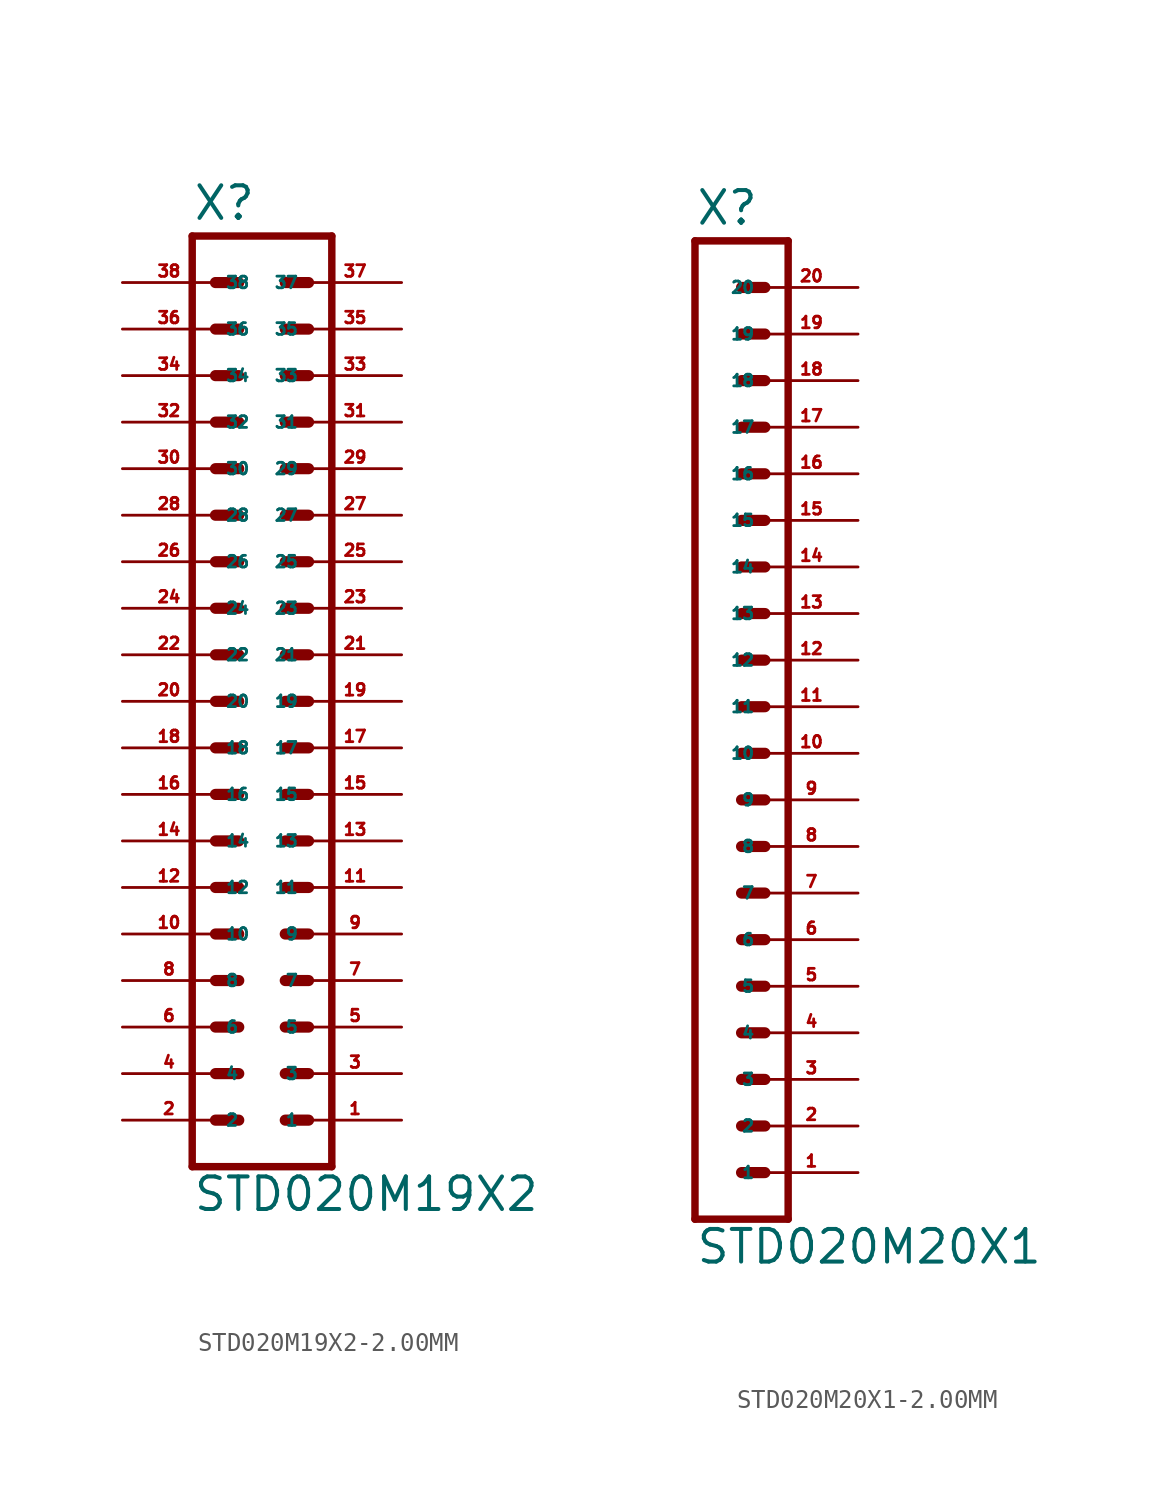
<source format=kicad_sym>
(kicad_symbol_lib
  (version 20220914)
  (generator Eagle2Kicad)
  (symbol "STD020M19X2-2.00MM"
    (property "Reference" "X"
      (at -3.81 28.702 0)
      (effects (font (size 1.778 1.778) (thickness 0.22)) (justify left bottom)))
    (property "Value" "STD020M19X2"
      (at -3.81 -25.4 0)
      (effects (font (size 1.778 1.778) (thickness 0.22)) (justify left bottom)))
    (polyline
      (pts (xy 3.81 -22.86) (xy -3.81 -22.86))
      (stroke (width 0.406) (type default))
      (fill (type none)))
    (polyline
      (pts (xy 1.27 -15.24) (xy 2.54 -15.24))
      (stroke (width 0.61) (type default))
      (fill (type none)))
    (polyline
      (pts (xy 1.27 -17.78) (xy 2.54 -17.78))
      (stroke (width 0.61) (type default))
      (fill (type none)))
    (polyline
      (pts (xy 1.27 -20.32) (xy 2.54 -20.32))
      (stroke (width 0.61) (type default))
      (fill (type none)))
    (polyline
      (pts (xy -2.54 -15.24) (xy -1.27 -15.24))
      (stroke (width 0.61) (type default))
      (fill (type none)))
    (polyline
      (pts (xy -2.54 -17.78) (xy -1.27 -17.78))
      (stroke (width 0.61) (type default))
      (fill (type none)))
    (polyline
      (pts (xy -2.54 -20.32) (xy -1.27 -20.32))
      (stroke (width 0.61) (type default))
      (fill (type none)))
    (polyline
      (pts (xy 1.27 -10.16) (xy 2.54 -10.16))
      (stroke (width 0.61) (type default))
      (fill (type none)))
    (polyline
      (pts (xy 1.27 -12.7) (xy 2.54 -12.7))
      (stroke (width 0.61) (type default))
      (fill (type none)))
    (polyline
      (pts (xy -2.54 -10.16) (xy -1.27 -10.16))
      (stroke (width 0.61) (type default))
      (fill (type none)))
    (polyline
      (pts (xy -2.54 -12.7) (xy -1.27 -12.7))
      (stroke (width 0.61) (type default))
      (fill (type none)))
    (polyline
      (pts (xy 1.27 -2.54) (xy 2.54 -2.54))
      (stroke (width 0.61) (type default))
      (fill (type none)))
    (polyline
      (pts (xy 1.27 -5.08) (xy 2.54 -5.08))
      (stroke (width 0.61) (type default))
      (fill (type none)))
    (polyline
      (pts (xy 1.27 -7.62) (xy 2.54 -7.62))
      (stroke (width 0.61) (type default))
      (fill (type none)))
    (polyline
      (pts (xy -2.54 -2.54) (xy -1.27 -2.54))
      (stroke (width 0.61) (type default))
      (fill (type none)))
    (polyline
      (pts (xy -2.54 -5.08) (xy -1.27 -5.08))
      (stroke (width 0.61) (type default))
      (fill (type none)))
    (polyline
      (pts (xy -2.54 -7.62) (xy -1.27 -7.62))
      (stroke (width 0.61) (type default))
      (fill (type none)))
    (polyline
      (pts (xy 1.27 2.54) (xy 2.54 2.54))
      (stroke (width 0.61) (type default))
      (fill (type none)))
    (polyline
      (pts (xy 1.27 0) (xy 2.54 0))
      (stroke (width 0.61) (type default))
      (fill (type none)))
    (polyline
      (pts (xy -2.54 2.54) (xy -1.27 2.54))
      (stroke (width 0.61) (type default))
      (fill (type none)))
    (polyline
      (pts (xy -2.54 0) (xy -1.27 0))
      (stroke (width 0.61) (type default))
      (fill (type none)))
    (polyline
      (pts (xy 1.27 10.16) (xy 2.54 10.16))
      (stroke (width 0.61) (type default))
      (fill (type none)))
    (polyline
      (pts (xy 1.27 7.62) (xy 2.54 7.62))
      (stroke (width 0.61) (type default))
      (fill (type none)))
    (polyline
      (pts (xy 1.27 5.08) (xy 2.54 5.08))
      (stroke (width 0.61) (type default))
      (fill (type none)))
    (polyline
      (pts (xy -2.54 10.16) (xy -1.27 10.16))
      (stroke (width 0.61) (type default))
      (fill (type none)))
    (polyline
      (pts (xy -2.54 7.62) (xy -1.27 7.62))
      (stroke (width 0.61) (type default))
      (fill (type none)))
    (polyline
      (pts (xy -2.54 5.08) (xy -1.27 5.08))
      (stroke (width 0.61) (type default))
      (fill (type none)))
    (polyline
      (pts (xy 1.27 15.24) (xy 2.54 15.24))
      (stroke (width 0.61) (type default))
      (fill (type none)))
    (polyline
      (pts (xy 1.27 12.7) (xy 2.54 12.7))
      (stroke (width 0.61) (type default))
      (fill (type none)))
    (polyline
      (pts (xy -2.54 15.24) (xy -1.27 15.24))
      (stroke (width 0.61) (type default))
      (fill (type none)))
    (polyline
      (pts (xy -2.54 12.7) (xy -1.27 12.7))
      (stroke (width 0.61) (type default))
      (fill (type none)))
    (polyline
      (pts (xy 1.27 20.32) (xy 2.54 20.32))
      (stroke (width 0.61) (type default))
      (fill (type none)))
    (polyline
      (pts (xy 1.27 17.78) (xy 2.54 17.78))
      (stroke (width 0.61) (type default))
      (fill (type none)))
    (polyline
      (pts (xy -2.54 20.32) (xy -1.27 20.32))
      (stroke (width 0.61) (type default))
      (fill (type none)))
    (polyline
      (pts (xy -2.54 17.78) (xy -1.27 17.78))
      (stroke (width 0.61) (type default))
      (fill (type none)))
    (polyline
      (pts (xy -3.81 27.94) (xy -3.81 -22.86))
      (stroke (width 0.406) (type default))
      (fill (type none)))
    (polyline
      (pts (xy 3.81 -22.86) (xy 3.81 27.94))
      (stroke (width 0.406) (type default))
      (fill (type none)))
    (polyline
      (pts (xy -3.81 27.94) (xy 3.81 27.94))
      (stroke (width 0.406) (type default))
      (fill (type none)))
    (polyline
      (pts (xy 1.27 22.86) (xy 2.54 22.86))
      (stroke (width 0.61) (type default))
      (fill (type none)))
    (polyline
      (pts (xy -2.54 22.86) (xy -1.27 22.86))
      (stroke (width 0.61) (type default))
      (fill (type none)))
    (polyline
      (pts (xy 1.27 25.4) (xy 2.54 25.4))
      (stroke (width 0.61) (type default))
      (fill (type none)))
    (polyline
      (pts (xy -2.54 25.4) (xy -1.27 25.4))
      (stroke (width 0.61) (type default))
      (fill (type none)))
    (pin passive line
      (at 7.62 -20.32 180)
      (length 5.08)
      (name "1" (effects (font (size 0.635 0.635) (thickness 0.08)) (justify left bottom)))
      (number "1" (effects (font (size 0.635 0.635) (thickness 0.08)) (justify left bottom))))
    (pin passive line
      (at 7.62 -17.78 180)
      (length 5.08)
      (name "3" (effects (font (size 0.635 0.635) (thickness 0.08)) (justify left bottom)))
      (number "3" (effects (font (size 0.635 0.635) (thickness 0.08)) (justify left bottom))))
    (pin passive line
      (at 7.62 -15.24 180)
      (length 5.08)
      (name "5" (effects (font (size 0.635 0.635) (thickness 0.08)) (justify left bottom)))
      (number "5" (effects (font (size 0.635 0.635) (thickness 0.08)) (justify left bottom))))
    (pin passive line
      (at -7.62 -20.32 0)
      (length 5.08)
      (name "2" (effects (font (size 0.635 0.635) (thickness 0.08)) (justify left bottom)))
      (number "2" (effects (font (size 0.635 0.635) (thickness 0.08)) (justify left bottom))))
    (pin passive line
      (at -7.62 -17.78 0)
      (length 5.08)
      (name "4" (effects (font (size 0.635 0.635) (thickness 0.08)) (justify left bottom)))
      (number "4" (effects (font (size 0.635 0.635) (thickness 0.08)) (justify left bottom))))
    (pin passive line
      (at -7.62 -15.24 0)
      (length 5.08)
      (name "6" (effects (font (size 0.635 0.635) (thickness 0.08)) (justify left bottom)))
      (number "6" (effects (font (size 0.635 0.635) (thickness 0.08)) (justify left bottom))))
    (pin passive line
      (at 7.62 -12.7 180)
      (length 5.08)
      (name "7" (effects (font (size 0.635 0.635) (thickness 0.08)) (justify left bottom)))
      (number "7" (effects (font (size 0.635 0.635) (thickness 0.08)) (justify left bottom))))
    (pin passive line
      (at 7.62 -10.16 180)
      (length 5.08)
      (name "9" (effects (font (size 0.635 0.635) (thickness 0.08)) (justify left bottom)))
      (number "9" (effects (font (size 0.635 0.635) (thickness 0.08)) (justify left bottom))))
    (pin passive line
      (at -7.62 -12.7 0)
      (length 5.08)
      (name "8" (effects (font (size 0.635 0.635) (thickness 0.08)) (justify left bottom)))
      (number "8" (effects (font (size 0.635 0.635) (thickness 0.08)) (justify left bottom))))
    (pin passive line
      (at -7.62 -10.16 0)
      (length 5.08)
      (name "10" (effects (font (size 0.635 0.635) (thickness 0.08)) (justify left bottom)))
      (number "10" (effects (font (size 0.635 0.635) (thickness 0.08)) (justify left bottom))))
    (pin passive line
      (at 7.62 -7.62 180)
      (length 5.08)
      (name "11" (effects (font (size 0.635 0.635) (thickness 0.08)) (justify left bottom)))
      (number "11" (effects (font (size 0.635 0.635) (thickness 0.08)) (justify left bottom))))
    (pin passive line
      (at 7.62 -5.08 180)
      (length 5.08)
      (name "13" (effects (font (size 0.635 0.635) (thickness 0.08)) (justify left bottom)))
      (number "13" (effects (font (size 0.635 0.635) (thickness 0.08)) (justify left bottom))))
    (pin passive line
      (at 7.62 -2.54 180)
      (length 5.08)
      (name "15" (effects (font (size 0.635 0.635) (thickness 0.08)) (justify left bottom)))
      (number "15" (effects (font (size 0.635 0.635) (thickness 0.08)) (justify left bottom))))
    (pin passive line
      (at -7.62 -7.62 0)
      (length 5.08)
      (name "12" (effects (font (size 0.635 0.635) (thickness 0.08)) (justify left bottom)))
      (number "12" (effects (font (size 0.635 0.635) (thickness 0.08)) (justify left bottom))))
    (pin passive line
      (at -7.62 -5.08 0)
      (length 5.08)
      (name "14" (effects (font (size 0.635 0.635) (thickness 0.08)) (justify left bottom)))
      (number "14" (effects (font (size 0.635 0.635) (thickness 0.08)) (justify left bottom))))
    (pin passive line
      (at -7.62 -2.54 0)
      (length 5.08)
      (name "16" (effects (font (size 0.635 0.635) (thickness 0.08)) (justify left bottom)))
      (number "16" (effects (font (size 0.635 0.635) (thickness 0.08)) (justify left bottom))))
    (pin passive line
      (at 7.62 0 180)
      (length 5.08)
      (name "17" (effects (font (size 0.635 0.635) (thickness 0.08)) (justify left bottom)))
      (number "17" (effects (font (size 0.635 0.635) (thickness 0.08)) (justify left bottom))))
    (pin passive line
      (at 7.62 2.54 180)
      (length 5.08)
      (name "19" (effects (font (size 0.635 0.635) (thickness 0.08)) (justify left bottom)))
      (number "19" (effects (font (size 0.635 0.635) (thickness 0.08)) (justify left bottom))))
    (pin passive line
      (at -7.62 0 0)
      (length 5.08)
      (name "18" (effects (font (size 0.635 0.635) (thickness 0.08)) (justify left bottom)))
      (number "18" (effects (font (size 0.635 0.635) (thickness 0.08)) (justify left bottom))))
    (pin passive line
      (at -7.62 2.54 0)
      (length 5.08)
      (name "20" (effects (font (size 0.635 0.635) (thickness 0.08)) (justify left bottom)))
      (number "20" (effects (font (size 0.635 0.635) (thickness 0.08)) (justify left bottom))))
    (pin passive line
      (at 7.62 5.08 180)
      (length 5.08)
      (name "21" (effects (font (size 0.635 0.635) (thickness 0.08)) (justify left bottom)))
      (number "21" (effects (font (size 0.635 0.635) (thickness 0.08)) (justify left bottom))))
    (pin passive line
      (at 7.62 7.62 180)
      (length 5.08)
      (name "23" (effects (font (size 0.635 0.635) (thickness 0.08)) (justify left bottom)))
      (number "23" (effects (font (size 0.635 0.635) (thickness 0.08)) (justify left bottom))))
    (pin passive line
      (at 7.62 10.16 180)
      (length 5.08)
      (name "25" (effects (font (size 0.635 0.635) (thickness 0.08)) (justify left bottom)))
      (number "25" (effects (font (size 0.635 0.635) (thickness 0.08)) (justify left bottom))))
    (pin passive line
      (at -7.62 5.08 0)
      (length 5.08)
      (name "22" (effects (font (size 0.635 0.635) (thickness 0.08)) (justify left bottom)))
      (number "22" (effects (font (size 0.635 0.635) (thickness 0.08)) (justify left bottom))))
    (pin passive line
      (at -7.62 7.62 0)
      (length 5.08)
      (name "24" (effects (font (size 0.635 0.635) (thickness 0.08)) (justify left bottom)))
      (number "24" (effects (font (size 0.635 0.635) (thickness 0.08)) (justify left bottom))))
    (pin passive line
      (at -7.62 10.16 0)
      (length 5.08)
      (name "26" (effects (font (size 0.635 0.635) (thickness 0.08)) (justify left bottom)))
      (number "26" (effects (font (size 0.635 0.635) (thickness 0.08)) (justify left bottom))))
    (pin passive line
      (at 7.62 12.7 180)
      (length 5.08)
      (name "27" (effects (font (size 0.635 0.635) (thickness 0.08)) (justify left bottom)))
      (number "27" (effects (font (size 0.635 0.635) (thickness 0.08)) (justify left bottom))))
    (pin passive line
      (at 7.62 15.24 180)
      (length 5.08)
      (name "29" (effects (font (size 0.635 0.635) (thickness 0.08)) (justify left bottom)))
      (number "29" (effects (font (size 0.635 0.635) (thickness 0.08)) (justify left bottom))))
    (pin passive line
      (at -7.62 12.7 0)
      (length 5.08)
      (name "28" (effects (font (size 0.635 0.635) (thickness 0.08)) (justify left bottom)))
      (number "28" (effects (font (size 0.635 0.635) (thickness 0.08)) (justify left bottom))))
    (pin passive line
      (at -7.62 15.24 0)
      (length 5.08)
      (name "30" (effects (font (size 0.635 0.635) (thickness 0.08)) (justify left bottom)))
      (number "30" (effects (font (size 0.635 0.635) (thickness 0.08)) (justify left bottom))))
    (pin passive line
      (at 7.62 17.78 180)
      (length 5.08)
      (name "31" (effects (font (size 0.635 0.635) (thickness 0.08)) (justify left bottom)))
      (number "31" (effects (font (size 0.635 0.635) (thickness 0.08)) (justify left bottom))))
    (pin passive line
      (at 7.62 20.32 180)
      (length 5.08)
      (name "33" (effects (font (size 0.635 0.635) (thickness 0.08)) (justify left bottom)))
      (number "33" (effects (font (size 0.635 0.635) (thickness 0.08)) (justify left bottom))))
    (pin passive line
      (at -7.62 17.78 0)
      (length 5.08)
      (name "32" (effects (font (size 0.635 0.635) (thickness 0.08)) (justify left bottom)))
      (number "32" (effects (font (size 0.635 0.635) (thickness 0.08)) (justify left bottom))))
    (pin passive line
      (at -7.62 20.32 0)
      (length 5.08)
      (name "34" (effects (font (size 0.635 0.635) (thickness 0.08)) (justify left bottom)))
      (number "34" (effects (font (size 0.635 0.635) (thickness 0.08)) (justify left bottom))))
    (pin passive line
      (at 7.62 22.86 180)
      (length 5.08)
      (name "35" (effects (font (size 0.635 0.635) (thickness 0.08)) (justify left bottom)))
      (number "35" (effects (font (size 0.635 0.635) (thickness 0.08)) (justify left bottom))))
    (pin passive line
      (at -7.62 22.86 0)
      (length 5.08)
      (name "36" (effects (font (size 0.635 0.635) (thickness 0.08)) (justify left bottom)))
      (number "36" (effects (font (size 0.635 0.635) (thickness 0.08)) (justify left bottom))))
    (pin passive line
      (at 7.62 25.4 180)
      (length 5.08)
      (name "37" (effects (font (size 0.635 0.635) (thickness 0.08)) (justify left bottom)))
      (number "37" (effects (font (size 0.635 0.635) (thickness 0.08)) (justify left bottom))))
    (pin passive line
      (at -7.62 25.4 0)
      (length 5.08)
      (name "38" (effects (font (size 0.635 0.635) (thickness 0.08)) (justify left bottom)))
      (number "38" (effects (font (size 0.635 0.635) (thickness 0.08)) (justify left bottom)))))
  (symbol "STD020M20X1-2.00MM"
    (property "Reference" "X"
      (at -1.27 28.702 0)
      (effects (font (size 1.778 1.778) (thickness 0.22)) (justify left bottom)))
    (property "Value" "STD020M20X1"
      (at -1.27 -27.94 0)
      (effects (font (size 1.778 1.778) (thickness 0.22)) (justify left bottom)))
    (polyline
      (pts (xy 3.81 -25.4) (xy -1.27 -25.4))
      (stroke (width 0.406) (type default))
      (fill (type none)))
    (polyline
      (pts (xy 1.27 -17.78) (xy 2.54 -17.78))
      (stroke (width 0.61) (type default))
      (fill (type none)))
    (polyline
      (pts (xy 1.27 -20.32) (xy 2.54 -20.32))
      (stroke (width 0.61) (type default))
      (fill (type none)))
    (polyline
      (pts (xy 1.27 -22.86) (xy 2.54 -22.86))
      (stroke (width 0.61) (type default))
      (fill (type none)))
    (polyline
      (pts (xy 1.27 -12.7) (xy 2.54 -12.7))
      (stroke (width 0.61) (type default))
      (fill (type none)))
    (polyline
      (pts (xy 1.27 -15.24) (xy 2.54 -15.24))
      (stroke (width 0.61) (type default))
      (fill (type none)))
    (polyline
      (pts (xy 1.27 -5.08) (xy 2.54 -5.08))
      (stroke (width 0.61) (type default))
      (fill (type none)))
    (polyline
      (pts (xy 1.27 -7.62) (xy 2.54 -7.62))
      (stroke (width 0.61) (type default))
      (fill (type none)))
    (polyline
      (pts (xy 1.27 -10.16) (xy 2.54 -10.16))
      (stroke (width 0.61) (type default))
      (fill (type none)))
    (polyline
      (pts (xy 1.27 0) (xy 2.54 0))
      (stroke (width 0.61) (type default))
      (fill (type none)))
    (polyline
      (pts (xy 1.27 -2.54) (xy 2.54 -2.54))
      (stroke (width 0.61) (type default))
      (fill (type none)))
    (polyline
      (pts (xy 1.27 7.62) (xy 2.54 7.62))
      (stroke (width 0.61) (type default))
      (fill (type none)))
    (polyline
      (pts (xy 1.27 5.08) (xy 2.54 5.08))
      (stroke (width 0.61) (type default))
      (fill (type none)))
    (polyline
      (pts (xy 1.27 2.54) (xy 2.54 2.54))
      (stroke (width 0.61) (type default))
      (fill (type none)))
    (polyline
      (pts (xy 1.27 15.24) (xy 2.54 15.24))
      (stroke (width 0.61) (type default))
      (fill (type none)))
    (polyline
      (pts (xy 1.27 12.7) (xy 2.54 12.7))
      (stroke (width 0.61) (type default))
      (fill (type none)))
    (polyline
      (pts (xy 1.27 10.16) (xy 2.54 10.16))
      (stroke (width 0.61) (type default))
      (fill (type none)))
    (polyline
      (pts (xy 1.27 20.32) (xy 2.54 20.32))
      (stroke (width 0.61) (type default))
      (fill (type none)))
    (polyline
      (pts (xy 1.27 17.78) (xy 2.54 17.78))
      (stroke (width 0.61) (type default))
      (fill (type none)))
    (polyline
      (pts (xy 1.27 25.4) (xy 2.54 25.4))
      (stroke (width 0.61) (type default))
      (fill (type none)))
    (polyline
      (pts (xy 1.27 22.86) (xy 2.54 22.86))
      (stroke (width 0.61) (type default))
      (fill (type none)))
    (polyline
      (pts (xy -1.27 27.94) (xy -1.27 -25.4))
      (stroke (width 0.406) (type default))
      (fill (type none)))
    (polyline
      (pts (xy 3.81 -25.4) (xy 3.81 27.94))
      (stroke (width 0.406) (type default))
      (fill (type none)))
    (polyline
      (pts (xy -1.27 27.94) (xy 3.81 27.94))
      (stroke (width 0.406) (type default))
      (fill (type none)))
    (pin passive line
      (at 7.62 -22.86 180)
      (length 5.08)
      (name "1" (effects (font (size 0.635 0.635) (thickness 0.08)) (justify left bottom)))
      (number "1" (effects (font (size 0.635 0.635) (thickness 0.08)) (justify left bottom))))
    (pin passive line
      (at 7.62 -20.32 180)
      (length 5.08)
      (name "2" (effects (font (size 0.635 0.635) (thickness 0.08)) (justify left bottom)))
      (number "2" (effects (font (size 0.635 0.635) (thickness 0.08)) (justify left bottom))))
    (pin passive line
      (at 7.62 -17.78 180)
      (length 5.08)
      (name "3" (effects (font (size 0.635 0.635) (thickness 0.08)) (justify left bottom)))
      (number "3" (effects (font (size 0.635 0.635) (thickness 0.08)) (justify left bottom))))
    (pin passive line
      (at 7.62 -15.24 180)
      (length 5.08)
      (name "4" (effects (font (size 0.635 0.635) (thickness 0.08)) (justify left bottom)))
      (number "4" (effects (font (size 0.635 0.635) (thickness 0.08)) (justify left bottom))))
    (pin passive line
      (at 7.62 -12.7 180)
      (length 5.08)
      (name "5" (effects (font (size 0.635 0.635) (thickness 0.08)) (justify left bottom)))
      (number "5" (effects (font (size 0.635 0.635) (thickness 0.08)) (justify left bottom))))
    (pin passive line
      (at 7.62 -10.16 180)
      (length 5.08)
      (name "6" (effects (font (size 0.635 0.635) (thickness 0.08)) (justify left bottom)))
      (number "6" (effects (font (size 0.635 0.635) (thickness 0.08)) (justify left bottom))))
    (pin passive line
      (at 7.62 -7.62 180)
      (length 5.08)
      (name "7" (effects (font (size 0.635 0.635) (thickness 0.08)) (justify left bottom)))
      (number "7" (effects (font (size 0.635 0.635) (thickness 0.08)) (justify left bottom))))
    (pin passive line
      (at 7.62 -5.08 180)
      (length 5.08)
      (name "8" (effects (font (size 0.635 0.635) (thickness 0.08)) (justify left bottom)))
      (number "8" (effects (font (size 0.635 0.635) (thickness 0.08)) (justify left bottom))))
    (pin passive line
      (at 7.62 -2.54 180)
      (length 5.08)
      (name "9" (effects (font (size 0.635 0.635) (thickness 0.08)) (justify left bottom)))
      (number "9" (effects (font (size 0.635 0.635) (thickness 0.08)) (justify left bottom))))
    (pin passive line
      (at 7.62 0 180)
      (length 5.08)
      (name "10" (effects (font (size 0.635 0.635) (thickness 0.08)) (justify left bottom)))
      (number "10" (effects (font (size 0.635 0.635) (thickness 0.08)) (justify left bottom))))
    (pin passive line
      (at 7.62 2.54 180)
      (length 5.08)
      (name "11" (effects (font (size 0.635 0.635) (thickness 0.08)) (justify left bottom)))
      (number "11" (effects (font (size 0.635 0.635) (thickness 0.08)) (justify left bottom))))
    (pin passive line
      (at 7.62 5.08 180)
      (length 5.08)
      (name "12" (effects (font (size 0.635 0.635) (thickness 0.08)) (justify left bottom)))
      (number "12" (effects (font (size 0.635 0.635) (thickness 0.08)) (justify left bottom))))
    (pin passive line
      (at 7.62 7.62 180)
      (length 5.08)
      (name "13" (effects (font (size 0.635 0.635) (thickness 0.08)) (justify left bottom)))
      (number "13" (effects (font (size 0.635 0.635) (thickness 0.08)) (justify left bottom))))
    (pin passive line
      (at 7.62 10.16 180)
      (length 5.08)
      (name "14" (effects (font (size 0.635 0.635) (thickness 0.08)) (justify left bottom)))
      (number "14" (effects (font (size 0.635 0.635) (thickness 0.08)) (justify left bottom))))
    (pin passive line
      (at 7.62 12.7 180)
      (length 5.08)
      (name "15" (effects (font (size 0.635 0.635) (thickness 0.08)) (justify left bottom)))
      (number "15" (effects (font (size 0.635 0.635) (thickness 0.08)) (justify left bottom))))
    (pin passive line
      (at 7.62 15.24 180)
      (length 5.08)
      (name "16" (effects (font (size 0.635 0.635) (thickness 0.08)) (justify left bottom)))
      (number "16" (effects (font (size 0.635 0.635) (thickness 0.08)) (justify left bottom))))
    (pin passive line
      (at 7.62 17.78 180)
      (length 5.08)
      (name "17" (effects (font (size 0.635 0.635) (thickness 0.08)) (justify left bottom)))
      (number "17" (effects (font (size 0.635 0.635) (thickness 0.08)) (justify left bottom))))
    (pin passive line
      (at 7.62 20.32 180)
      (length 5.08)
      (name "18" (effects (font (size 0.635 0.635) (thickness 0.08)) (justify left bottom)))
      (number "18" (effects (font (size 0.635 0.635) (thickness 0.08)) (justify left bottom))))
    (pin passive line
      (at 7.62 22.86 180)
      (length 5.08)
      (name "19" (effects (font (size 0.635 0.635) (thickness 0.08)) (justify left bottom)))
      (number "19" (effects (font (size 0.635 0.635) (thickness 0.08)) (justify left bottom))))
    (pin passive line
      (at 7.62 25.4 180)
      (length 5.08)
      (name "20" (effects (font (size 0.635 0.635) (thickness 0.08)) (justify left bottom)))
      (number "20" (effects (font (size 0.635 0.635) (thickness 0.08)) (justify left bottom))))))
</source>
